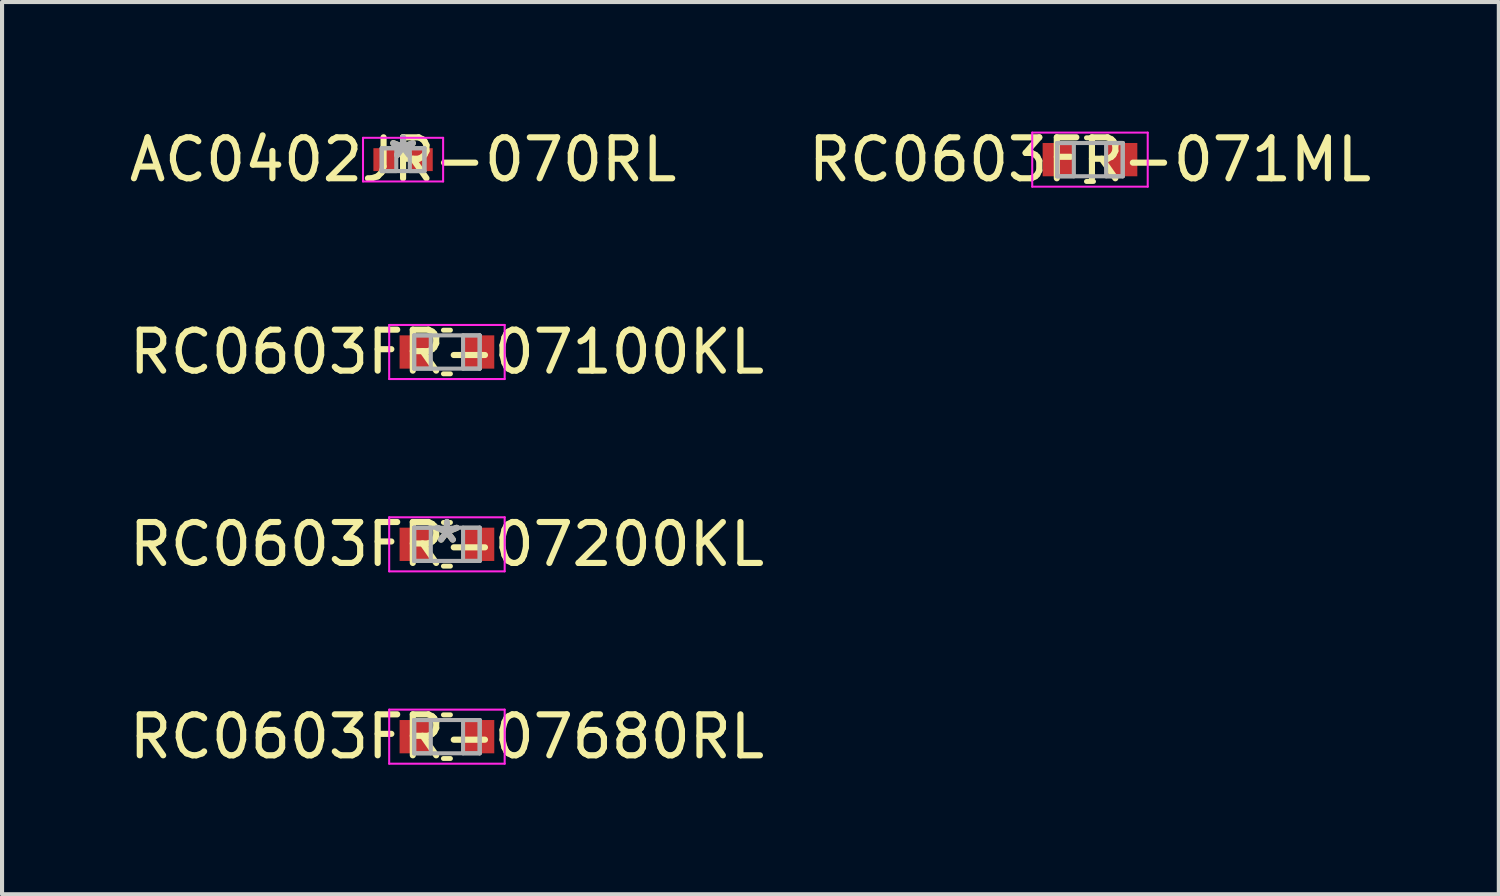
<source format=kicad_pcb>
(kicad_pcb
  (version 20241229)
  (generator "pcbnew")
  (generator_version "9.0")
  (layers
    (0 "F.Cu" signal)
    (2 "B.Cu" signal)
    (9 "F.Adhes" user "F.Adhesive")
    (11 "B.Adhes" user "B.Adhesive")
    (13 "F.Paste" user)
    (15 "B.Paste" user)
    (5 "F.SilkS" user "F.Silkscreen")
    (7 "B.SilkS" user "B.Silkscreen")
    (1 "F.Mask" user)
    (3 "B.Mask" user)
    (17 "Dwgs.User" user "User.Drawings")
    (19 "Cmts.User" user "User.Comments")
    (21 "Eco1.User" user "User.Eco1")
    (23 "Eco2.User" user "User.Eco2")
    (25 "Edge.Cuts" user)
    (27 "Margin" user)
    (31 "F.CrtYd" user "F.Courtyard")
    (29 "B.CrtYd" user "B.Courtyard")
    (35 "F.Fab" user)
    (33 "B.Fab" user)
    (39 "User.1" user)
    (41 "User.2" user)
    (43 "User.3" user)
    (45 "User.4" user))
  (footprint "RC0603FR-07200KL"
    (layer "F.Cu")
    (at 7.863 10.241)
    (property "Reference" "RC0603FR-07200KL" (at 0 0 0) (layer "F.SilkS") (effects (font (size 1 1) (thickness 0.15))))
    (attr smd)
    (fp_line (start -0.086 0.533) (end 0.086 0.533) (stroke (width 0.12) (type solid)) (layer "F.SilkS"))
    (fp_line (start 0.086 -0.533) (end -0.086 -0.533) (stroke (width 0.12) (type solid)) (layer "F.SilkS"))
    (fp_line (start -1.41 -0.66) (end 1.41 -0.66) (stroke (width 0.05) (type solid)) (layer "F.CrtYd"))
    (fp_line (start -1.41 0.66) (end -1.41 -0.66) (stroke (width 0.05) (type solid)) (layer "F.CrtYd"))
    (fp_line (start 1.41 -0.66) (end 1.41 0.66) (stroke (width 0.05) (type solid)) (layer "F.CrtYd"))
    (fp_line (start 1.41 0.66) (end -1.41 0.66) (stroke (width 0.05) (type solid)) (layer "F.CrtYd"))
    (fp_line (start -0.8 -0.406) (end -0.8 0.406) (stroke (width 0.1) (type solid)) (layer "F.Fab"))
    (fp_line (start -0.8 -0.406) (end -0.8 0.406) (stroke (width 0.1) (type solid)) (layer "F.Fab"))
    (fp_line (start -0.8 0.406) (end -0.394 0.406) (stroke (width 0.1) (type solid)) (layer "F.Fab"))
    (fp_line (start -0.8 0.406) (end 0.8 0.406) (stroke (width 0.1) (type solid)) (layer "F.Fab"))
    (fp_line (start -0.394 -0.406) (end -0.8 -0.406) (stroke (width 0.1) (type solid)) (layer "F.Fab"))
    (fp_line (start -0.394 0.406) (end -0.394 -0.406) (stroke (width 0.1) (type solid)) (layer "F.Fab"))
    (fp_line (start 0.394 -0.406) (end 0.394 0.406) (stroke (width 0.1) (type solid)) (layer "F.Fab"))
    (fp_line (start 0.394 0.406) (end 0.8 0.406) (stroke (width 0.1) (type solid)) (layer "F.Fab"))
    (fp_line (start 0.8 -0.406) (end -0.8 -0.406) (stroke (width 0.1) (type solid)) (layer "F.Fab"))
    (fp_line (start 0.8 -0.406) (end 0.394 -0.406) (stroke (width 0.1) (type solid)) (layer "F.Fab"))
    (fp_line (start 0.8 0.406) (end 0.8 -0.406) (stroke (width 0.1) (type solid)) (layer "F.Fab"))
    (fp_line (start 0.8 0.406) (end 0.8 -0.406) (stroke (width 0.1) (type solid)) (layer "F.Fab"))
    (fp_text user "*" (at 0 0 0) (layer "F.SilkS") (effects (font (size 1 1) (thickness 0.15))))
    (fp_text user "*" (at 0 0 0) (layer "F.Fab") (effects (font (size 1 1) (thickness 0.15))))
    (pad "1" smd rect (at -0.775 0) (size 0.762 0.813) (layers "F.Cu" "F.Mask" "F.Paste"))
    (pad "2" smd rect (at 0.775 0) (size 0.762 0.813) (layers "F.Cu" "F.Mask" "F.Paste")))
  (footprint "AC0402JR-070RL"
    (layer "F.Cu")
    (at 6.792 0.848)
    (property "Reference" "AC0402JR-070RL" (at 0 0 0) (layer "F.SilkS") (effects (font (size 1 1) (thickness 0.15))))
    (attr smd)
    (fp_line (start -0.978 -0.533) (end 0.978 -0.533) (stroke (width 0.05) (type solid)) (layer "F.CrtYd"))
    (fp_line (start -0.978 0.533) (end -0.978 -0.533) (stroke (width 0.05) (type solid)) (layer "F.CrtYd"))
    (fp_line (start 0.978 -0.533) (end 0.978 0.533) (stroke (width 0.05) (type solid)) (layer "F.CrtYd"))
    (fp_line (start 0.978 0.533) (end -0.978 0.533) (stroke (width 0.05) (type solid)) (layer "F.CrtYd"))
    (fp_line (start -0.521 -0.279) (end -0.521 0.279) (stroke (width 0.1) (type solid)) (layer "F.Fab"))
    (fp_line (start -0.521 -0.279) (end -0.521 0.279) (stroke (width 0.1) (type solid)) (layer "F.Fab"))
    (fp_line (start -0.521 0.279) (end -0.165 0.279) (stroke (width 0.1) (type solid)) (layer "F.Fab"))
    (fp_line (start -0.521 0.279) (end 0.521 0.279) (stroke (width 0.1) (type solid)) (layer "F.Fab"))
    (fp_line (start -0.165 -0.279) (end -0.521 -0.279) (stroke (width 0.1) (type solid)) (layer "F.Fab"))
    (fp_line (start -0.165 0.279) (end -0.165 -0.279) (stroke (width 0.1) (type solid)) (layer "F.Fab"))
    (fp_line (start 0.165 -0.279) (end 0.165 0.279) (stroke (width 0.1) (type solid)) (layer "F.Fab"))
    (fp_line (start 0.165 0.279) (end 0.521 0.279) (stroke (width 0.1) (type solid)) (layer "F.Fab"))
    (fp_line (start 0.521 -0.279) (end -0.521 -0.279) (stroke (width 0.1) (type solid)) (layer "F.Fab"))
    (fp_line (start 0.521 -0.279) (end 0.165 -0.279) (stroke (width 0.1) (type solid)) (layer "F.Fab"))
    (fp_line (start 0.521 0.279) (end 0.521 -0.279) (stroke (width 0.1) (type solid)) (layer "F.Fab"))
    (fp_line (start 0.521 0.279) (end 0.521 -0.279) (stroke (width 0.1) (type solid)) (layer "F.Fab"))
    (fp_text user "*" (at 0 0 0) (layer "F.SilkS") (effects (font (size 1 1) (thickness 0.15))))
    (fp_text user "*" (at 0 0 0) (layer "F.Fab") (effects (font (size 1 1) (thickness 0.15))))
    (pad "1" smd rect (at -0.445 0) (size 0.559 0.559) (layers "F.Cu" "F.Mask" "F.Paste"))
    (pad "2" smd rect (at 0.445 0) (size 0.559 0.559) (layers "F.Cu" "F.Mask" "F.Paste")))
  (footprint "RC0603FR-071ML"
    (layer "F.Cu")
    (at 23.565 0.848)
    (property "Reference" "RC0603FR-071ML" (at 0 0 0) (layer "F.SilkS") (effects (font (size 1 1) (thickness 0.15))))
    (attr smd)
    (fp_line (start -0.086 0.533) (end 0.086 0.533) (stroke (width 0.12) (type solid)) (layer "F.SilkS"))
    (fp_line (start 0.086 -0.533) (end -0.086 -0.533) (stroke (width 0.12) (type solid)) (layer "F.SilkS"))
    (fp_line (start -1.41 -0.66) (end 1.41 -0.66) (stroke (width 0.05) (type solid)) (layer "F.CrtYd"))
    (fp_line (start -1.41 0.66) (end -1.41 -0.66) (stroke (width 0.05) (type solid)) (layer "F.CrtYd"))
    (fp_line (start 1.41 -0.66) (end 1.41 0.66) (stroke (width 0.05) (type solid)) (layer "F.CrtYd"))
    (fp_line (start 1.41 0.66) (end -1.41 0.66) (stroke (width 0.05) (type solid)) (layer "F.CrtYd"))
    (fp_line (start -0.8 -0.406) (end -0.8 0.406) (stroke (width 0.1) (type solid)) (layer "F.Fab"))
    (fp_line (start -0.8 -0.406) (end -0.8 0.406) (stroke (width 0.1) (type solid)) (layer "F.Fab"))
    (fp_line (start -0.8 0.406) (end -0.394 0.406) (stroke (width 0.1) (type solid)) (layer "F.Fab"))
    (fp_line (start -0.8 0.406) (end 0.8 0.406) (stroke (width 0.1) (type solid)) (layer "F.Fab"))
    (fp_line (start -0.394 -0.406) (end -0.8 -0.406) (stroke (width 0.1) (type solid)) (layer "F.Fab"))
    (fp_line (start -0.394 0.406) (end -0.394 -0.406) (stroke (width 0.1) (type solid)) (layer "F.Fab"))
    (fp_line (start 0.394 -0.406) (end 0.394 0.406) (stroke (width 0.1) (type solid)) (layer "F.Fab"))
    (fp_line (start 0.394 0.406) (end 0.8 0.406) (stroke (width 0.1) (type solid)) (layer "F.Fab"))
    (fp_line (start 0.8 -0.406) (end -0.8 -0.406) (stroke (width 0.1) (type solid)) (layer "F.Fab"))
    (fp_line (start 0.8 -0.406) (end 0.394 -0.406) (stroke (width 0.1) (type solid)) (layer "F.Fab"))
    (fp_line (start 0.8 0.406) (end 0.8 -0.406) (stroke (width 0.1) (type solid)) (layer "F.Fab"))
    (fp_line (start 0.8 0.406) (end 0.8 -0.406) (stroke (width 0.1) (type solid)) (layer "F.Fab"))
    (pad "1" smd rect (at -0.775 0) (size 0.762 0.813) (layers "F.Cu" "F.Mask" "F.Paste"))
    (pad "2" smd rect (at 0.775 0) (size 0.762 0.813) (layers "F.Cu" "F.Mask" "F.Paste")))
  (footprint "RC0603FR-07680RL"
    (layer "F.Cu")
    (at 7.863 14.938)
    (property "Reference" "RC0603FR-07680RL" (at 0 0 0) (layer "F.SilkS") (effects (font (size 1 1) (thickness 0.15))))
    (attr smd)
    (fp_line (start -0.086 0.533) (end 0.086 0.533) (stroke (width 0.12) (type solid)) (layer "F.SilkS"))
    (fp_line (start 0.086 -0.533) (end -0.086 -0.533) (stroke (width 0.12) (type solid)) (layer "F.SilkS"))
    (fp_line (start -1.41 -0.66) (end 1.41 -0.66) (stroke (width 0.05) (type solid)) (layer "F.CrtYd"))
    (fp_line (start -1.41 0.66) (end -1.41 -0.66) (stroke (width 0.05) (type solid)) (layer "F.CrtYd"))
    (fp_line (start 1.41 -0.66) (end 1.41 0.66) (stroke (width 0.05) (type solid)) (layer "F.CrtYd"))
    (fp_line (start 1.41 0.66) (end -1.41 0.66) (stroke (width 0.05) (type solid)) (layer "F.CrtYd"))
    (fp_line (start -0.8 -0.406) (end -0.8 0.406) (stroke (width 0.1) (type solid)) (layer "F.Fab"))
    (fp_line (start -0.8 -0.406) (end -0.8 0.406) (stroke (width 0.1) (type solid)) (layer "F.Fab"))
    (fp_line (start -0.8 0.406) (end -0.394 0.406) (stroke (width 0.1) (type solid)) (layer "F.Fab"))
    (fp_line (start -0.8 0.406) (end 0.8 0.406) (stroke (width 0.1) (type solid)) (layer "F.Fab"))
    (fp_line (start -0.394 -0.406) (end -0.8 -0.406) (stroke (width 0.1) (type solid)) (layer "F.Fab"))
    (fp_line (start -0.394 0.406) (end -0.394 -0.406) (stroke (width 0.1) (type solid)) (layer "F.Fab"))
    (fp_line (start 0.394 -0.406) (end 0.394 0.406) (stroke (width 0.1) (type solid)) (layer "F.Fab"))
    (fp_line (start 0.394 0.406) (end 0.8 0.406) (stroke (width 0.1) (type solid)) (layer "F.Fab"))
    (fp_line (start 0.8 -0.406) (end -0.8 -0.406) (stroke (width 0.1) (type solid)) (layer "F.Fab"))
    (fp_line (start 0.8 -0.406) (end 0.394 -0.406) (stroke (width 0.1) (type solid)) (layer "F.Fab"))
    (fp_line (start 0.8 0.406) (end 0.8 -0.406) (stroke (width 0.1) (type solid)) (layer "F.Fab"))
    (fp_line (start 0.8 0.406) (end 0.8 -0.406) (stroke (width 0.1) (type solid)) (layer "F.Fab"))
    (pad "1" smd rect (at -0.775 0) (size 0.762 0.813) (layers "F.Cu" "F.Mask" "F.Paste"))
    (pad "2" smd rect (at 0.775 0) (size 0.762 0.813) (layers "F.Cu" "F.Mask" "F.Paste")))
  (footprint "RC0603FR-07100KL"
    (layer "F.Cu")
    (at 7.863 5.545)
    (property "Reference" "RC0603FR-07100KL" (at 0 0 0) (layer "F.SilkS") (effects (font (size 1 1) (thickness 0.15))))
    (attr smd)
    (fp_line (start -0.086 0.533) (end 0.086 0.533) (stroke (width 0.12) (type solid)) (layer "F.SilkS"))
    (fp_line (start 0.086 -0.533) (end -0.086 -0.533) (stroke (width 0.12) (type solid)) (layer "F.SilkS"))
    (fp_line (start -1.41 -0.66) (end 1.41 -0.66) (stroke (width 0.05) (type solid)) (layer "F.CrtYd"))
    (fp_line (start -1.41 0.66) (end -1.41 -0.66) (stroke (width 0.05) (type solid)) (layer "F.CrtYd"))
    (fp_line (start 1.41 -0.66) (end 1.41 0.66) (stroke (width 0.05) (type solid)) (layer "F.CrtYd"))
    (fp_line (start 1.41 0.66) (end -1.41 0.66) (stroke (width 0.05) (type solid)) (layer "F.CrtYd"))
    (fp_line (start -0.8 -0.406) (end -0.8 0.406) (stroke (width 0.1) (type solid)) (layer "F.Fab"))
    (fp_line (start -0.8 -0.406) (end -0.8 0.406) (stroke (width 0.1) (type solid)) (layer "F.Fab"))
    (fp_line (start -0.8 0.406) (end -0.394 0.406) (stroke (width 0.1) (type solid)) (layer "F.Fab"))
    (fp_line (start -0.8 0.406) (end 0.8 0.406) (stroke (width 0.1) (type solid)) (layer "F.Fab"))
    (fp_line (start -0.394 -0.406) (end -0.8 -0.406) (stroke (width 0.1) (type solid)) (layer "F.Fab"))
    (fp_line (start -0.394 0.406) (end -0.394 -0.406) (stroke (width 0.1) (type solid)) (layer "F.Fab"))
    (fp_line (start 0.394 -0.406) (end 0.394 0.406) (stroke (width 0.1) (type solid)) (layer "F.Fab"))
    (fp_line (start 0.394 0.406) (end 0.8 0.406) (stroke (width 0.1) (type solid)) (layer "F.Fab"))
    (fp_line (start 0.8 -0.406) (end -0.8 -0.406) (stroke (width 0.1) (type solid)) (layer "F.Fab"))
    (fp_line (start 0.8 -0.406) (end 0.394 -0.406) (stroke (width 0.1) (type solid)) (layer "F.Fab"))
    (fp_line (start 0.8 0.406) (end 0.8 -0.406) (stroke (width 0.1) (type solid)) (layer "F.Fab"))
    (fp_line (start 0.8 0.406) (end 0.8 -0.406) (stroke (width 0.1) (type solid)) (layer "F.Fab"))
    (pad "1" smd rect (at -0.775 0) (size 0.762 0.813) (layers "F.Cu" "F.Mask" "F.Paste"))
    (pad "2" smd rect (at 0.775 0) (size 0.762 0.813) (layers "F.Cu" "F.Mask" "F.Paste")))
  (gr_rect
    (start -3 -3)
    (end 33.548 18.786)
    (stroke (width 0.1) (type default))
    (fill no)
    (layer "Edge.Cuts")))
</source>
